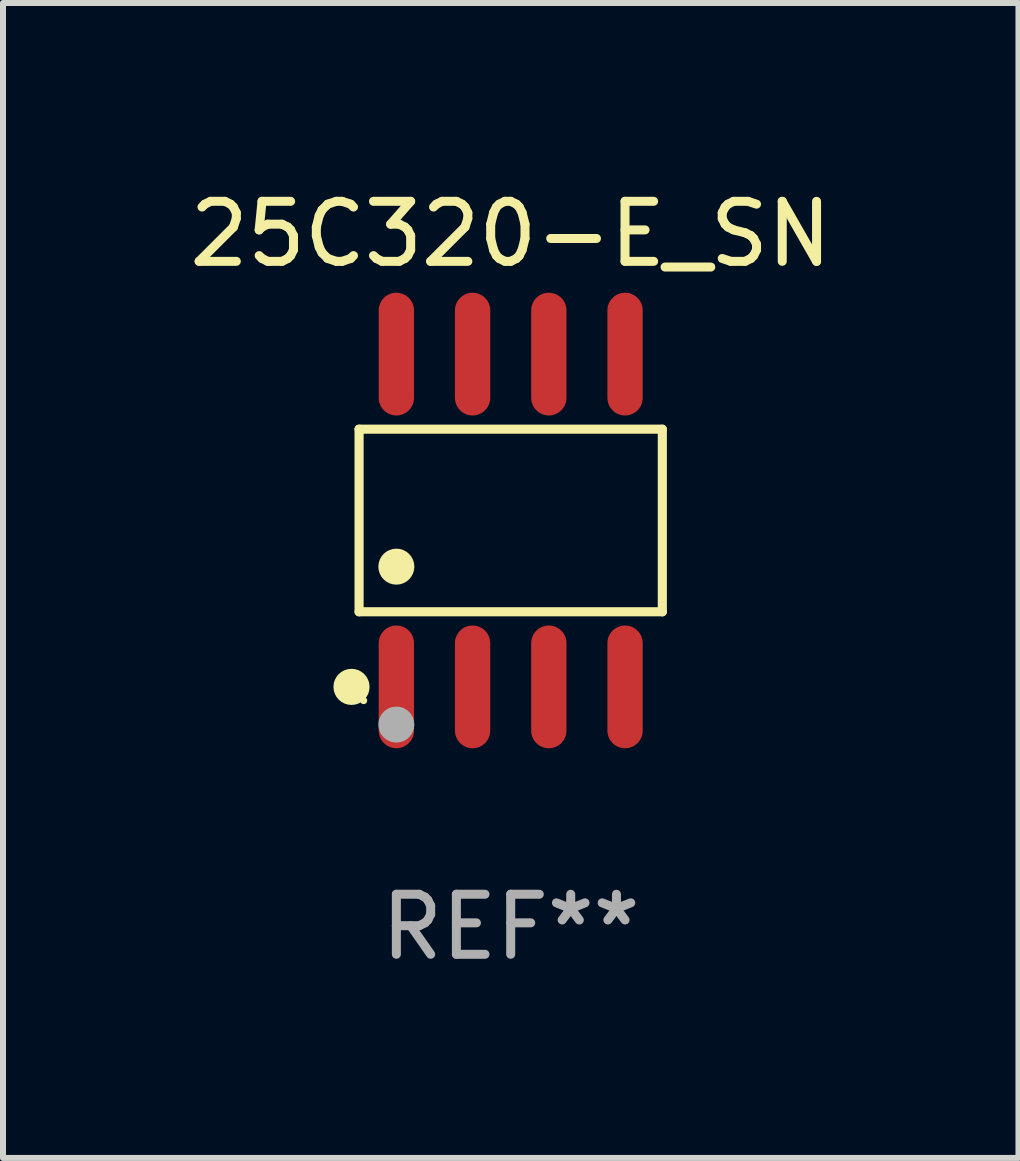
<source format=kicad_pcb>
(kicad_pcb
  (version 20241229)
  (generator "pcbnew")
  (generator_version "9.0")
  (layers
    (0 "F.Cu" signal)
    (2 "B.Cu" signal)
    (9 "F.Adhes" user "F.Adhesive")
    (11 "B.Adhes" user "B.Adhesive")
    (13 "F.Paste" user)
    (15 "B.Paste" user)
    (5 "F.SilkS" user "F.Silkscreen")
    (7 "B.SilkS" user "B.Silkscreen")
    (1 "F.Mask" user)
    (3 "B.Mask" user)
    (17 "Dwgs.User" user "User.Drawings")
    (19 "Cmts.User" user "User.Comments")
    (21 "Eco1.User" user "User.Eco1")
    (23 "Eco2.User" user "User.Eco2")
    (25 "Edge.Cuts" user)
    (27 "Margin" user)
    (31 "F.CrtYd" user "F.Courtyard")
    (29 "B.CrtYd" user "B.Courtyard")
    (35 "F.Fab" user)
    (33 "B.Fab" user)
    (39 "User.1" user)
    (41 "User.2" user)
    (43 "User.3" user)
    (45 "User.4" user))
  (footprint "25C320-E_SN"
    (layer "F.Cu")
    (at 5.458 5.621)
    (property "Reference" "25C320-E_SN" (at 0 -4.772 0) (layer "F.SilkS") (effects (font (size 1 1) (thickness 0.15))))
    (attr through_hole)
    (fp_line (start -2.526 -1.521) (end 2.526 -1.521) (stroke (width 0.152) (type solid)) (layer "F.SilkS"))
    (fp_line (start -2.526 1.521) (end -2.526 -1.521) (stroke (width 0.152) (type solid)) (layer "F.SilkS"))
    (fp_line (start 2.526 -1.521) (end 2.526 1.521) (stroke (width 0.152) (type solid)) (layer "F.SilkS"))
    (fp_line (start 2.526 1.521) (end -2.526 1.521) (stroke (width 0.152) (type solid)) (layer "F.SilkS"))
    (fp_circle (center -2.652 2.772) (end -2.501 2.772) (stroke (width 0.3) (type solid)) (fill no) (layer "F.SilkS"))
    (fp_circle (center -2.45 3) (end -2.42 3) (stroke (width 0.06) (type solid)) (fill no) (layer "F.SilkS"))
    (fp_circle (center -1.905 0.769) (end -1.755 0.769) (stroke (width 0.3) (type solid)) (fill no) (layer "F.SilkS"))
    (fp_circle (center -1.905 3.4) (end -1.755 3.4) (stroke (width 0.3) (type solid)) (fill no) (layer "F.Fab"))
    (fp_text user "REF**" (at 0 6.772 0) (layer "F.Fab") (effects (font (size 1 1) (thickness 0.15))))
    (pad "1" smd oval (at -1.905 2.772) (size 0.588 2.045) (layers "F.Cu" "F.Mask" "F.Paste"))
    (pad "2" smd oval (at -0.635 2.772) (size 0.588 2.045) (layers "F.Cu" "F.Mask" "F.Paste"))
    (pad "3" smd oval (at 0.635 2.772) (size 0.588 2.045) (layers "F.Cu" "F.Mask" "F.Paste"))
    (pad "4" smd oval (at 1.905 2.772) (size 0.588 2.045) (layers "F.Cu" "F.Mask" "F.Paste"))
    (pad "5" smd oval (at 1.905 -2.772) (size 0.588 2.045) (layers "F.Cu" "F.Mask" "F.Paste"))
    (pad "6" smd oval (at 0.635 -2.772) (size 0.588 2.045) (layers "F.Cu" "F.Mask" "F.Paste"))
    (pad "7" smd oval (at -0.635 -2.772) (size 0.588 2.045) (layers "F.Cu" "F.Mask" "F.Paste"))
    (pad "8" smd oval (at -1.905 -2.772) (size 0.588 2.045) (layers "F.Cu" "F.Mask" "F.Paste")))
  (gr_rect
    (start -3 -3)
    (end 13.917 16.241)
    (stroke (width 0.1) (type default))
    (fill no)
    (layer "Edge.Cuts")))
</source>
